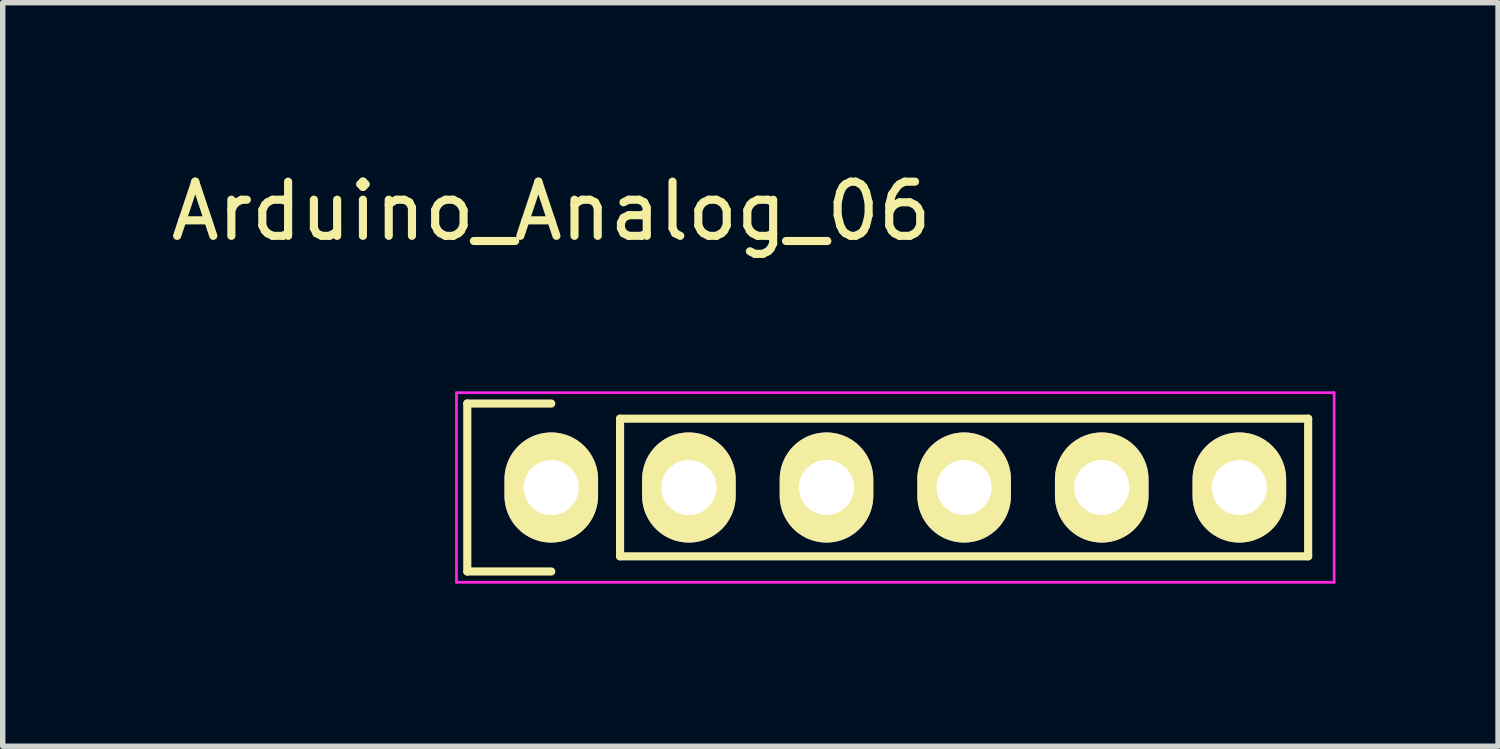
<source format=kicad_pcb>
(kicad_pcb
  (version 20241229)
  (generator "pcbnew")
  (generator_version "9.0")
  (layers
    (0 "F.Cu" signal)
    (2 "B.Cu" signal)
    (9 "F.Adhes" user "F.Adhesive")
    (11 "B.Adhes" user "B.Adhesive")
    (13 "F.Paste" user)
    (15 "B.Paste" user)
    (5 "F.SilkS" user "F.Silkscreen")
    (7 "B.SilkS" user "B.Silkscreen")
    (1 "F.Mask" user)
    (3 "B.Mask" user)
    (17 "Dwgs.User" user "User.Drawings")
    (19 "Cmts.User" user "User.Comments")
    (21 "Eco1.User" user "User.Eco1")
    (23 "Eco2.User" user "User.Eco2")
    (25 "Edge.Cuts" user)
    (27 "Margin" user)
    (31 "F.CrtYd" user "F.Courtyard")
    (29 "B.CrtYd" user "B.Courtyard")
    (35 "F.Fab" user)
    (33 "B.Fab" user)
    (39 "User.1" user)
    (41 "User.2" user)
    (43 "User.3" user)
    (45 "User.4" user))
  (footprint "Arduino_Analog_06"
    (layer "F.Cu")
    (at 7.125 5.948)
    (property "Reference" "Arduino_Analog_06" (at 0 -5.1 0) (layer "F.SilkS") (effects (font (size 1 1) (thickness 0.15))))
    (attr through_hole)
    (fp_line (start -1.55 -1.55) (end -1.55 1.55) (stroke (width 0.15) (type solid)) (layer "F.SilkS"))
    (fp_line (start -1.55 1.55) (end 0 1.55) (stroke (width 0.15) (type solid)) (layer "F.SilkS"))
    (fp_line (start 0 -1.55) (end -1.55 -1.55) (stroke (width 0.15) (type solid)) (layer "F.SilkS"))
    (fp_line (start 1.27 1.27) (end 1.27 -1.27) (stroke (width 0.15) (type solid)) (layer "F.SilkS"))
    (fp_line (start 1.27 1.27) (end 13.97 1.27) (stroke (width 0.15) (type solid)) (layer "F.SilkS"))
    (fp_line (start 13.97 -1.27) (end 1.27 -1.27) (stroke (width 0.15) (type solid)) (layer "F.SilkS"))
    (fp_line (start 13.97 1.27) (end 13.97 -1.27) (stroke (width 0.15) (type solid)) (layer "F.SilkS"))
    (fp_line (start -1.75 -1.75) (end -1.75 1.75) (stroke (width 0.05) (type solid)) (layer "F.CrtYd"))
    (fp_line (start -1.75 -1.75) (end 14.45 -1.75) (stroke (width 0.05) (type solid)) (layer "F.CrtYd"))
    (fp_line (start -1.75 1.75) (end 14.45 1.75) (stroke (width 0.05) (type solid)) (layer "F.CrtYd"))
    (fp_line (start 14.45 -1.75) (end 14.45 1.75) (stroke (width 0.05) (type solid)) (layer "F.CrtYd"))
    (pad "A0" thru_hole oval (at 0 0) (size 1.727 2.032) (drill 1.016) (layers "*.Cu" "*.Mask" "F.SilkS"))
    (pad "A1" thru_hole oval (at 2.54 0) (size 1.727 2.032) (drill 1.016) (layers "*.Cu" "*.Mask" "F.SilkS"))
    (pad "A2" thru_hole oval (at 5.08 0) (size 1.727 2.032) (drill 1.016) (layers "*.Cu" "*.Mask" "F.SilkS"))
    (pad "A3" thru_hole oval (at 7.62 0) (size 1.727 2.032) (drill 1.016) (layers "*.Cu" "*.Mask" "F.SilkS"))
    (pad "A4(SDA)" thru_hole oval (at 10.16 0) (size 1.727 2.032) (drill 1.016) (layers "*.Cu" "*.Mask" "F.SilkS"))
    (pad "A5(SCL)" thru_hole oval (at 12.7 0) (size 1.727 2.032) (drill 1.016) (layers "*.Cu" "*.Mask" "F.SilkS")))
  (gr_rect
    (start -3 -3)
    (end 24.6 10.723)
    (stroke (width 0.1) (type default))
    (fill no)
    (layer "Edge.Cuts")))
</source>
